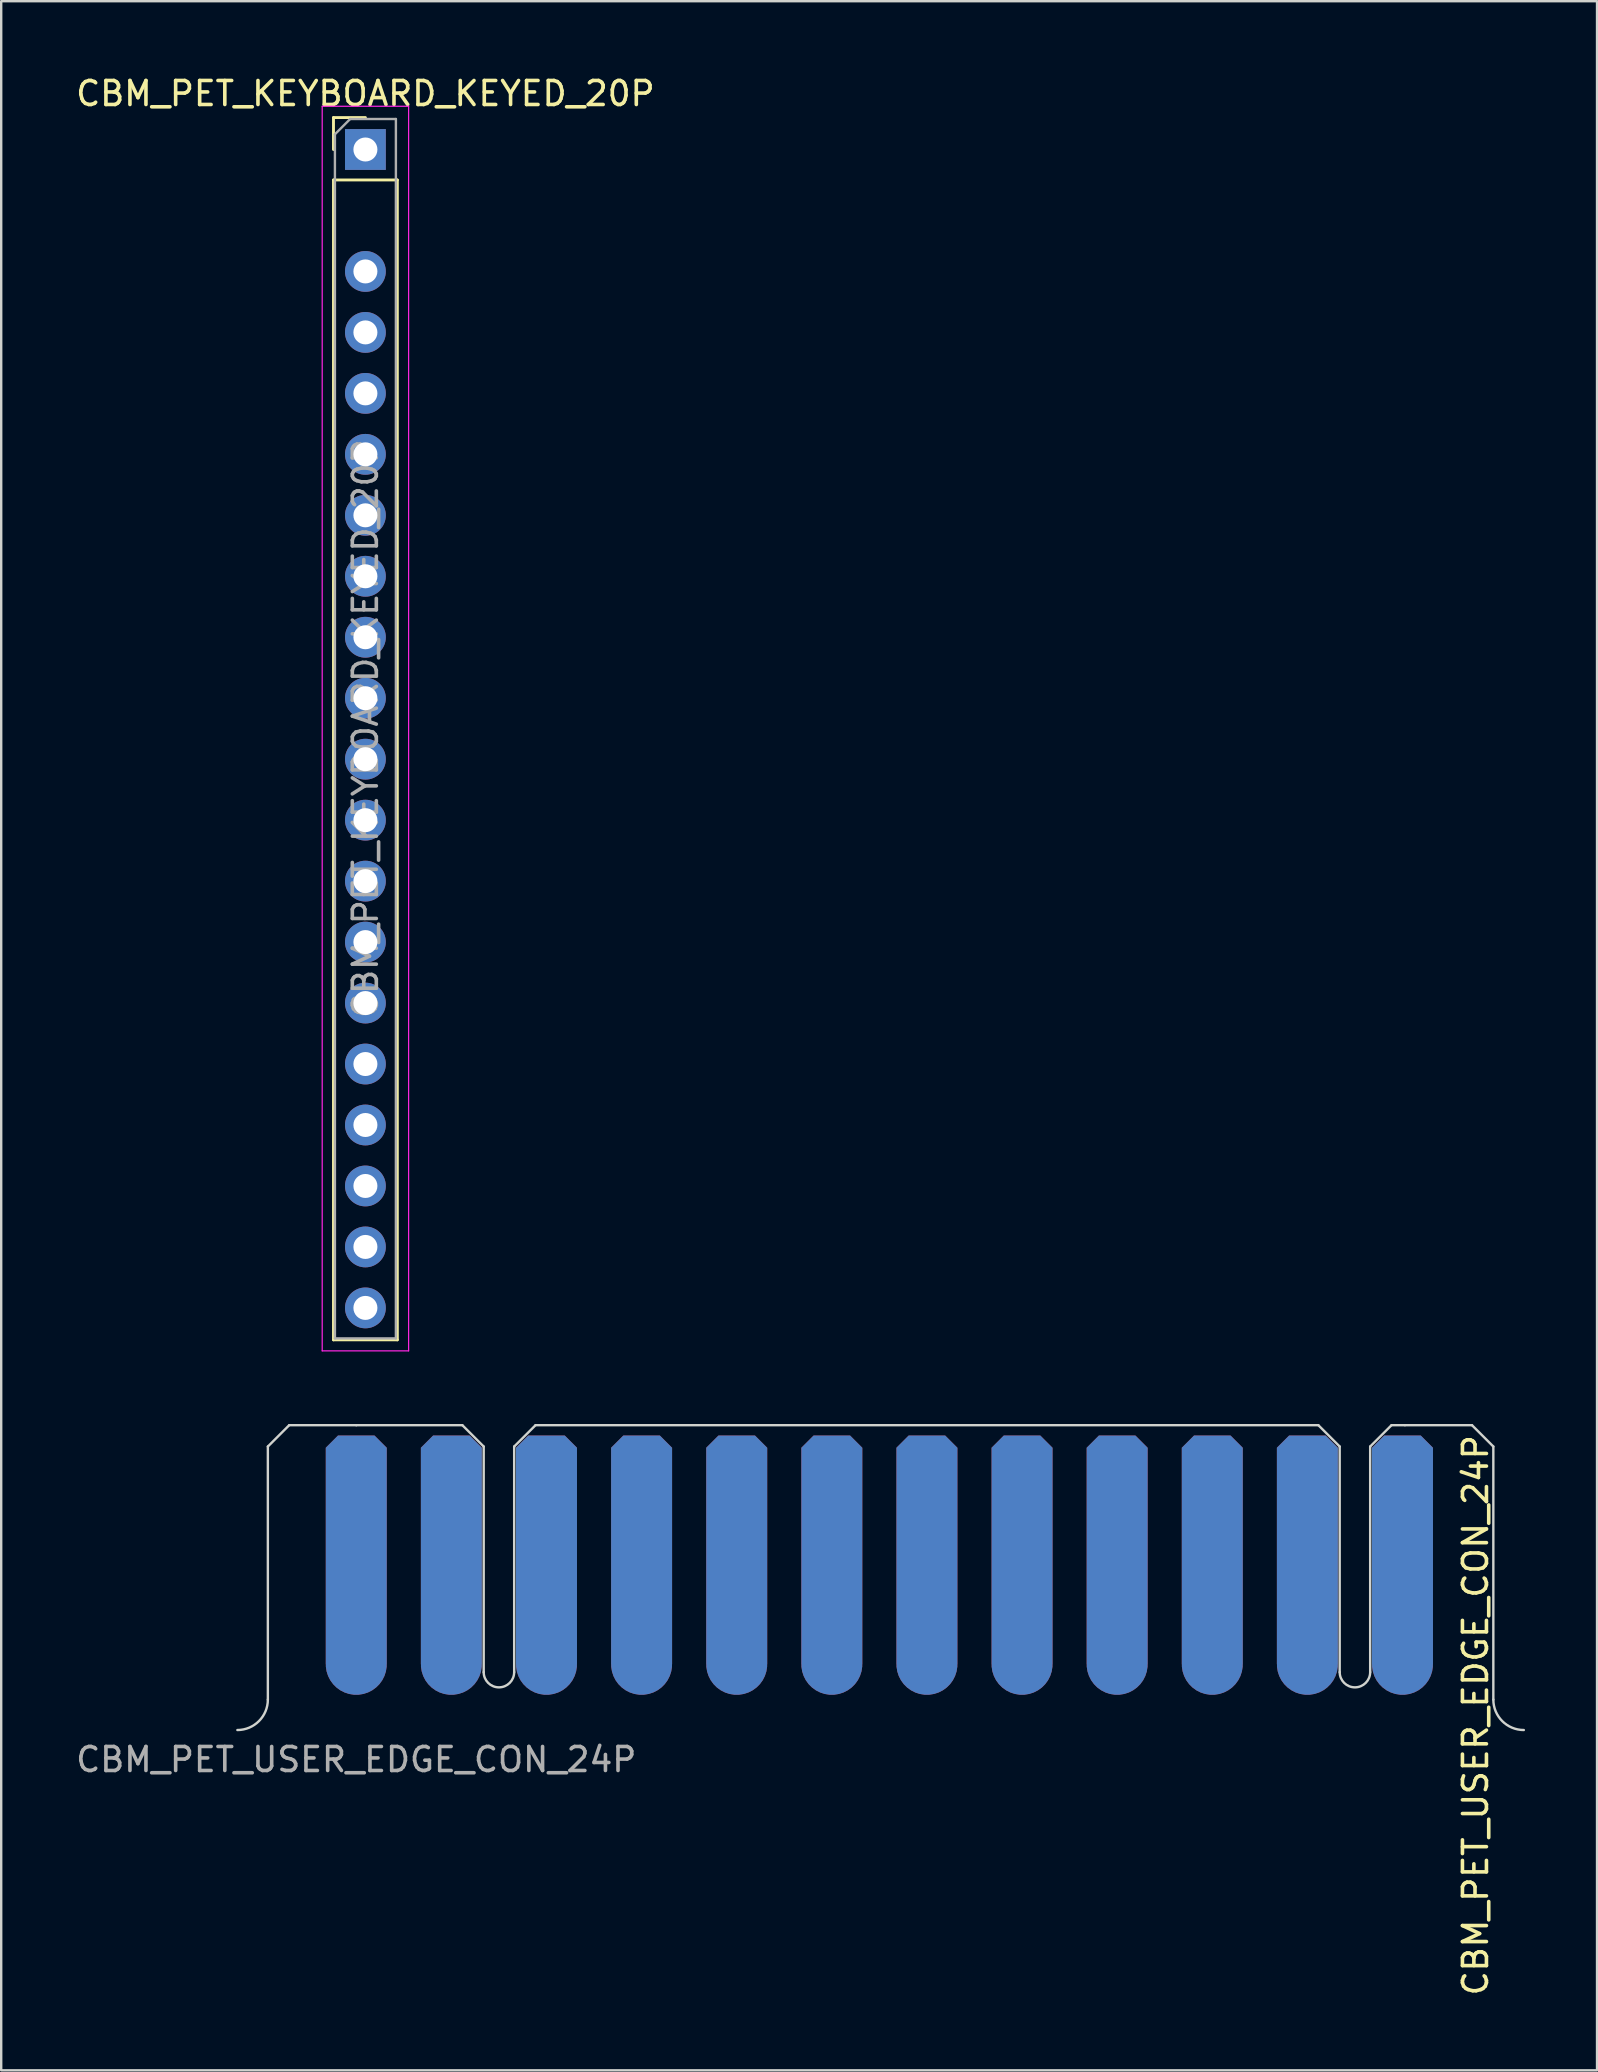
<source format=kicad_pcb>
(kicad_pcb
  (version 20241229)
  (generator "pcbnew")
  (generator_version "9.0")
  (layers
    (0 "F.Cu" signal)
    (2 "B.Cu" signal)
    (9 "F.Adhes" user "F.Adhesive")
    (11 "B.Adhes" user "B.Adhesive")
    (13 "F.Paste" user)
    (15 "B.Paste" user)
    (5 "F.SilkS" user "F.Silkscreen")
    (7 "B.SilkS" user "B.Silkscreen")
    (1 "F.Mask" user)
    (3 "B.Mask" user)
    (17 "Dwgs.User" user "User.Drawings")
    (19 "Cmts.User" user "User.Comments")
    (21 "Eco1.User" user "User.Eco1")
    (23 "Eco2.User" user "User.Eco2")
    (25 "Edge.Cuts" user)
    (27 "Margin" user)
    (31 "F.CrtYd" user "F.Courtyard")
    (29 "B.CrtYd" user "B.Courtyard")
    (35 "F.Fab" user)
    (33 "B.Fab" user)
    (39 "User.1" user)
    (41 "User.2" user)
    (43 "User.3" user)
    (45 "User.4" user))
  (footprint "CBM_PET_KEYBOARD_KEYED_20P"
    (layer "F.Cu")
    (at 12.173 3.178)
    (property "Reference" "CBM_PET_KEYBOARD_KEYED_20P" (at 0 -2.33 180) (layer "F.SilkS") (effects (font (size 1 1) (thickness 0.15))))
    (attr through_hole)
    (fp_line (start -1.33 -1.33) (end 0 -1.33) (stroke (width 0.12) (type solid)) (layer "F.SilkS"))
    (fp_line (start -1.33 0) (end -1.33 -1.33) (stroke (width 0.12) (type solid)) (layer "F.SilkS"))
    (fp_line (start -1.33 1.27) (end -1.33 49.59) (stroke (width 0.12) (type solid)) (layer "F.SilkS"))
    (fp_line (start -1.33 1.27) (end 1.33 1.27) (stroke (width 0.12) (type solid)) (layer "F.SilkS"))
    (fp_line (start -1.33 49.59) (end 1.33 49.59) (stroke (width 0.12) (type solid)) (layer "F.SilkS"))
    (fp_line (start 1.33 1.27) (end 1.33 49.59) (stroke (width 0.12) (type solid)) (layer "F.SilkS"))
    (fp_line (start -1.8 -1.8) (end -1.8 50.05) (stroke (width 0.05) (type solid)) (layer "F.CrtYd"))
    (fp_line (start -1.8 50.05) (end 1.8 50.05) (stroke (width 0.05) (type solid)) (layer "F.CrtYd"))
    (fp_line (start 1.8 -1.8) (end -1.8 -1.8) (stroke (width 0.05) (type solid)) (layer "F.CrtYd"))
    (fp_line (start 1.8 50.05) (end 1.8 -1.8) (stroke (width 0.05) (type solid)) (layer "F.CrtYd"))
    (fp_line (start -1.27 -0.635) (end -0.635 -1.27) (stroke (width 0.1) (type solid)) (layer "F.Fab"))
    (fp_line (start -1.27 49.53) (end -1.27 -0.635) (stroke (width 0.1) (type solid)) (layer "F.Fab"))
    (fp_line (start -0.635 -1.27) (end 1.27 -1.27) (stroke (width 0.1) (type solid)) (layer "F.Fab"))
    (fp_line (start 1.27 -1.27) (end 1.27 49.53) (stroke (width 0.1) (type solid)) (layer "F.Fab"))
    (fp_line (start 1.27 49.53) (end -1.27 49.53) (stroke (width 0.1) (type solid)) (layer "F.Fab"))
    (fp_text user "${REFERENCE}" (at 0 24.13 90) (layer "F.Fab") (effects (font (size 1 1) (thickness 0.15))))
    (pad "1" thru_hole rect (at 0 0) (size 1.7 1.7) (drill 1) (layers "*.Cu" "*.Mask"))
    (pad "3" thru_hole oval (at 0 5.08) (size 1.7 1.7) (drill 1) (layers "*.Cu" "*.Mask"))
    (pad "4" thru_hole oval (at 0 7.62) (size 1.7 1.7) (drill 1) (layers "*.Cu" "*.Mask"))
    (pad "5" thru_hole oval (at 0 10.16) (size 1.7 1.7) (drill 1) (layers "*.Cu" "*.Mask"))
    (pad "6" thru_hole oval (at 0 12.7) (size 1.7 1.7) (drill 1) (layers "*.Cu" "*.Mask"))
    (pad "7" thru_hole oval (at 0 15.24) (size 1.7 1.7) (drill 1) (layers "*.Cu" "*.Mask"))
    (pad "8" thru_hole oval (at 0 17.78) (size 1.7 1.7) (drill 1) (layers "*.Cu" "*.Mask"))
    (pad "9" thru_hole oval (at 0 20.32) (size 1.7 1.7) (drill 1) (layers "*.Cu" "*.Mask"))
    (pad "10" thru_hole oval (at 0 22.86) (size 1.7 1.7) (drill 1) (layers "*.Cu" "*.Mask"))
    (pad "11" thru_hole oval (at 0 25.4) (size 1.7 1.7) (drill 1) (layers "*.Cu" "*.Mask"))
    (pad "12" thru_hole oval (at 0 27.94) (size 1.7 1.7) (drill 1) (layers "*.Cu" "*.Mask"))
    (pad "13" thru_hole oval (at 0 30.48) (size 1.7 1.7) (drill 1) (layers "*.Cu" "*.Mask"))
    (pad "14" thru_hole oval (at 0 33.02) (size 1.7 1.7) (drill 1) (layers "*.Cu" "*.Mask"))
    (pad "15" thru_hole oval (at 0 35.56) (size 1.7 1.7) (drill 1) (layers "*.Cu" "*.Mask"))
    (pad "16" thru_hole oval (at 0 38.1) (size 1.7 1.7) (drill 1) (layers "*.Cu" "*.Mask"))
    (pad "17" thru_hole oval (at 0 40.64) (size 1.7 1.7) (drill 1) (layers "*.Cu" "*.Mask"))
    (pad "18" thru_hole oval (at 0 43.18) (size 1.7 1.7) (drill 1) (layers "*.Cu" "*.Mask"))
    (pad "19" thru_hole oval (at 0 45.72) (size 1.7 1.7) (drill 1) (layers "*.Cu" "*.Mask"))
    (pad "20" thru_hole oval (at 0 48.26) (size 1.7 1.7) (drill 1) (layers "*.Cu" "*.Mask")))
  (footprint "CBM_PET_USER_EDGE_CON_24P"
    (layer "F.Cu")
    (at 11.792 67.754)
    (property "Reference" "CBM_PET_USER_EDGE_CON_24P" (at 46.629 0.654 90) (unlocked yes) (layer "F.SilkS") (effects (font (size 1 1) (thickness 0.15))))
    (fp_rect (start -3.759 -0.198) (end 47.447 -11.501) (stroke (width 0) (type solid)) (fill yes) (layer "F.Mask"))
    (fp_rect (start -3.759 -0.198) (end 47.447 -11.501) (stroke (width 0) (type solid)) (fill yes) (layer "B.Mask"))
    (fp_line (start -3.683 0) (end -3.683 -10.541) (stroke (width 0.1) (type solid)) (layer "Edge.Cuts"))
    (fp_line (start -2.794 -11.43) (end -3.683 -10.541) (stroke (width 0.1) (type solid)) (layer "Edge.Cuts"))
    (fp_line (start -2.794 -11.43) (end 0 -11.43) (stroke (width 0.1) (type solid)) (layer "Edge.Cuts"))
    (fp_line (start 0 -11.43) (end 4.42 -11.43) (stroke (width 0.1) (type solid)) (layer "Edge.Cuts"))
    (fp_line (start 4.42 -11.43) (end 5.309 -10.541) (stroke (width 0.1) (type solid)) (layer "Edge.Cuts"))
    (fp_line (start 5.309 -1.143) (end 5.309 -10.541) (stroke (width 0.1) (type solid)) (layer "Edge.Cuts"))
    (fp_line (start 6.579 -1.143) (end 6.579 -10.541) (stroke (width 0.1) (type solid)) (layer "Edge.Cuts"))
    (fp_line (start 7.468 -11.43) (end 6.579 -10.541) (stroke (width 0.1) (type solid)) (layer "Edge.Cuts"))
    (fp_line (start 7.468 -11.43) (end 40.081 -11.43) (stroke (width 0.1) (type solid)) (layer "Edge.Cuts"))
    (fp_line (start 40.081 -11.43) (end 40.97 -10.541) (stroke (width 0.1) (type solid)) (layer "Edge.Cuts"))
    (fp_line (start 40.97 -1.143) (end 40.97 -10.541) (stroke (width 0.1) (type solid)) (layer "Edge.Cuts"))
    (fp_line (start 42.24 -1.143) (end 42.24 -10.541) (stroke (width 0.1) (type solid)) (layer "Edge.Cuts"))
    (fp_line (start 43.129 -11.43) (end 42.24 -10.541) (stroke (width 0.1) (type solid)) (layer "Edge.Cuts"))
    (fp_line (start 43.129 -11.43) (end 43.688 -11.43) (stroke (width 0.1) (type solid)) (layer "Edge.Cuts"))
    (fp_line (start 43.688 -11.43) (end 46.482 -11.43) (stroke (width 0.1) (type solid)) (layer "Edge.Cuts"))
    (fp_line (start 46.482 -11.43) (end 47.371 -10.541) (stroke (width 0.1) (type solid)) (layer "Edge.Cuts"))
    (fp_line (start 47.371 0) (end 47.371 -10.541) (stroke (width 0.1) (type solid)) (layer "Edge.Cuts"))
    (fp_arc (start -3.683 0) (mid -4.054974 0.898026) (end -4.953 1.27) (stroke (width 0.1) (type solid)) (layer "Edge.Cuts"))
    (fp_arc (start 6.5786 -1.143) (mid 5.9436 -0.508) (end 5.3086 -1.143) (stroke (width 0.1) (type solid)) (layer "Edge.Cuts"))
    (fp_arc (start 42.2402 -1.143) (mid 41.6052 -0.508) (end 40.9702 -1.143) (stroke (width 0.1) (type solid)) (layer "Edge.Cuts"))
    (fp_arc (start 48.641 1.27) (mid 47.742974 0.898026) (end 47.371 0) (stroke (width 0.1) (type solid)) (layer "Edge.Cuts"))
    (fp_text user "${REFERENCE}" (at 0 2.5 0) (unlocked yes) (layer "F.Fab") (effects (font (size 1 1) (thickness 0.15))))
    (pad "1" connect custom (at 43.586 -1.468) (size 2.54 2.54) (layers "F.Cu" "F.Mask") (options (anchor circle)) (primitives (gr_poly (pts (xy -1.27 0) (xy 1.27 0) (xy 1.27 -9.022) (xy 0.762 -9.53) (xy -0.762 -9.53) (xy -1.27 -9.022)) (width 0) (fill yes))))
    (pad "2" connect custom (at 39.624 -1.468) (size 2.54 2.54) (layers "F.Cu" "F.Mask") (options (anchor circle)) (primitives (gr_poly (pts (xy -1.27 0) (xy 1.27 0) (xy 1.27 -9.022) (xy 0.762 -9.53) (xy -0.762 -9.53) (xy -1.27 -9.022)) (width 0) (fill yes))))
    (pad "3" connect custom (at 35.662 -1.468) (size 2.54 2.54) (layers "F.Cu" "F.Mask") (options (anchor circle)) (primitives (gr_poly (pts (xy -1.27 0) (xy 1.27 0) (xy 1.27 -9.022) (xy 0.762 -9.53) (xy -0.762 -9.53) (xy -1.27 -9.022)) (width 0) (fill yes))))
    (pad "4" connect custom (at 31.699 -1.468) (size 2.54 2.54) (layers "F.Cu" "F.Mask") (options (anchor circle)) (primitives (gr_poly (pts (xy -1.27 0) (xy 1.27 0) (xy 1.27 -9.022) (xy 0.762 -9.53) (xy -0.762 -9.53) (xy -1.27 -9.022)) (width 0) (fill yes))))
    (pad "5" connect custom (at 27.737 -1.468) (size 2.54 2.54) (layers "F.Cu" "F.Mask") (options (anchor circle)) (primitives (gr_poly (pts (xy -1.27 0) (xy 1.27 0) (xy 1.27 -9.022) (xy 0.762 -9.53) (xy -0.762 -9.53) (xy -1.27 -9.022)) (width 0) (fill yes))))
    (pad "6" connect custom (at 23.774 -1.468) (size 2.54 2.54) (layers "F.Cu" "F.Mask") (options (anchor circle)) (primitives (gr_poly (pts (xy -1.27 0) (xy 1.27 0) (xy 1.27 -9.022) (xy 0.762 -9.53) (xy -0.762 -9.53) (xy -1.27 -9.022)) (width 0) (fill yes))))
    (pad "7" connect custom (at 19.812 -1.468) (size 2.54 2.54) (layers "F.Cu" "F.Mask") (options (anchor circle)) (primitives (gr_poly (pts (xy -1.27 0) (xy 1.27 0) (xy 1.27 -9.022) (xy 0.762 -9.53) (xy -0.762 -9.53) (xy -1.27 -9.022)) (width 0) (fill yes))))
    (pad "8" connect custom (at 15.85 -1.468) (size 2.54 2.54) (layers "F.Cu" "F.Mask") (options (anchor circle)) (primitives (gr_poly (pts (xy -1.27 0) (xy 1.27 0) (xy 1.27 -9.022) (xy 0.762 -9.53) (xy -0.762 -9.53) (xy -1.27 -9.022)) (width 0) (fill yes))))
    (pad "9" connect custom (at 11.887 -1.468) (size 2.54 2.54) (layers "F.Cu" "F.Mask") (options (anchor circle)) (primitives (gr_poly (pts (xy -1.27 0) (xy 1.27 0) (xy 1.27 -9.022) (xy 0.762 -9.53) (xy -0.762 -9.53) (xy -1.27 -9.022)) (width 0) (fill yes))))
    (pad "10" connect custom (at 7.925 -1.468) (size 2.54 2.54) (layers "F.Cu" "F.Mask") (options (anchor circle)) (primitives (gr_poly (pts (xy -1.27 0) (xy 1.27 0) (xy 1.27 -9.022) (xy 0.762 -9.53) (xy -0.762 -9.53) (xy -1.27 -9.022)) (width 0) (fill yes))))
    (pad "11" connect custom (at 3.962 -1.468) (size 2.54 2.54) (layers "F.Cu" "F.Mask") (options (anchor circle)) (primitives (gr_poly (pts (xy -1.27 0) (xy 1.27 0) (xy 1.27 -9.022) (xy 0.762 -9.53) (xy -0.762 -9.53) (xy -1.27 -9.022)) (width 0) (fill yes))))
    (pad "12" connect custom (at 0 -1.468) (size 2.54 2.54) (layers "F.Cu" "F.Mask") (options (anchor circle)) (primitives (gr_poly (pts (xy -1.27 0) (xy 1.27 0) (xy 1.27 -9.022) (xy 0.762 -9.53) (xy -0.762 -9.53) (xy -1.27 -9.022)) (width 0) (fill yes))))
    (pad "A" connect custom (at 43.586 -1.468) (size 2.54 2.54) (layers "B.Cu" "B.Mask") (options (anchor circle)) (primitives (gr_poly (pts (xy -1.27 0) (xy 1.27 0) (xy 1.27 -9.022) (xy 0.762 -9.53) (xy -0.762 -9.53) (xy -1.27 -9.022)) (width 0) (fill yes))))
    (pad "B" connect custom (at 39.624 -1.468) (size 2.54 2.54) (layers "B.Cu" "B.Mask") (options (anchor circle)) (primitives (gr_poly (pts (xy -1.27 0) (xy 1.27 0) (xy 1.27 -9.022) (xy 0.762 -9.53) (xy -0.762 -9.53) (xy -1.27 -9.022)) (width 0) (fill yes))))
    (pad "C" connect custom (at 35.662 -1.468) (size 2.54 2.54) (layers "B.Cu" "B.Mask") (options (anchor circle)) (primitives (gr_poly (pts (xy -1.27 0) (xy 1.27 0) (xy 1.27 -9.022) (xy 0.762 -9.53) (xy -0.762 -9.53) (xy -1.27 -9.022)) (width 0) (fill yes))))
    (pad "D" connect custom (at 31.699 -1.468) (size 2.54 2.54) (layers "B.Cu" "B.Mask") (options (anchor circle)) (primitives (gr_poly (pts (xy -1.27 0) (xy 1.27 0) (xy 1.27 -9.022) (xy 0.762 -9.53) (xy -0.762 -9.53) (xy -1.27 -9.022)) (width 0) (fill yes))))
    (pad "E" connect custom (at 27.737 -1.468) (size 2.54 2.54) (layers "B.Cu" "B.Mask") (options (anchor circle)) (primitives (gr_poly (pts (xy -1.27 0) (xy 1.27 0) (xy 1.27 -9.022) (xy 0.762 -9.53) (xy -0.762 -9.53) (xy -1.27 -9.022)) (width 0) (fill yes))))
    (pad "F" connect custom (at 23.774 -1.468) (size 2.54 2.54) (layers "B.Cu" "B.Mask") (options (anchor circle)) (primitives (gr_poly (pts (xy -1.27 0) (xy 1.27 0) (xy 1.27 -9.022) (xy 0.762 -9.53) (xy -0.762 -9.53) (xy -1.27 -9.022)) (width 0) (fill yes))))
    (pad "H" connect custom (at 19.812 -1.468) (size 2.54 2.54) (layers "B.Cu" "B.Mask") (options (anchor circle)) (primitives (gr_poly (pts (xy -1.27 0) (xy 1.27 0) (xy 1.27 -9.022) (xy 0.762 -9.53) (xy -0.762 -9.53) (xy -1.27 -9.022)) (width 0) (fill yes))))
    (pad "J" connect custom (at 15.85 -1.468) (size 2.54 2.54) (layers "B.Cu" "B.Mask") (options (anchor circle)) (primitives (gr_poly (pts (xy -1.27 0) (xy 1.27 0) (xy 1.27 -9.022) (xy 0.762 -9.53) (xy -0.762 -9.53) (xy -1.27 -9.022)) (width 0) (fill yes))))
    (pad "K" connect custom (at 11.887 -1.468) (size 2.54 2.54) (layers "B.Cu" "B.Mask") (options (anchor circle)) (primitives (gr_poly (pts (xy -1.27 0) (xy 1.27 0) (xy 1.27 -9.022) (xy 0.762 -9.53) (xy -0.762 -9.53) (xy -1.27 -9.022)) (width 0) (fill yes))))
    (pad "L" connect custom (at 7.925 -1.468) (size 2.54 2.54) (layers "B.Cu" "B.Mask") (options (anchor circle)) (primitives (gr_poly (pts (xy -1.27 0) (xy 1.27 0) (xy 1.27 -9.022) (xy 0.762 -9.53) (xy -0.762 -9.53) (xy -1.27 -9.022)) (width 0) (fill yes))))
    (pad "M" connect custom (at 3.962 -1.468) (size 2.54 2.54) (layers "B.Cu" "B.Mask") (options (anchor circle)) (primitives (gr_poly (pts (xy -1.27 0) (xy 1.27 0) (xy 1.27 -9.022) (xy 0.762 -9.53) (xy -0.762 -9.53) (xy -1.27 -9.022)) (width 0) (fill yes))))
    (pad "N" connect custom (at 0 -1.468) (size 2.54 2.54) (layers "B.Cu" "B.Mask") (options (anchor circle)) (primitives (gr_poly (pts (xy -1.27 0) (xy 1.27 0) (xy 1.27 -9.022) (xy 0.762 -9.53) (xy -0.762 -9.53) (xy -1.27 -9.022)) (width 0) (fill yes)))))
  (gr_rect
    (start -3 -3)
    (end 63.483 83.2)
    (stroke (width 0.1) (type default))
    (fill no)
    (layer "Edge.Cuts")))
</source>
